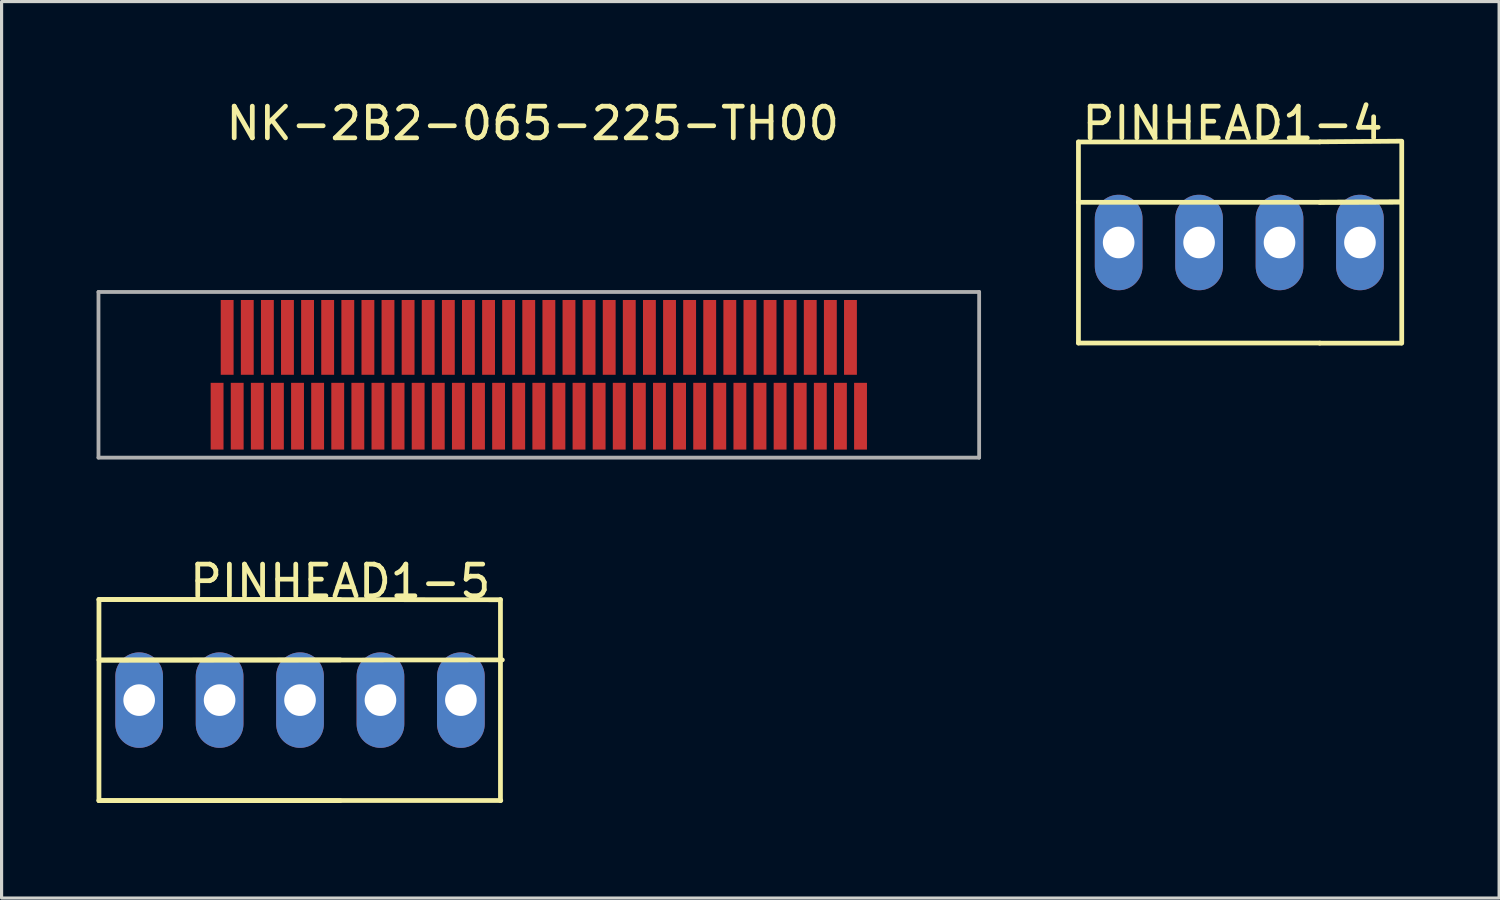
<source format=kicad_pcb>
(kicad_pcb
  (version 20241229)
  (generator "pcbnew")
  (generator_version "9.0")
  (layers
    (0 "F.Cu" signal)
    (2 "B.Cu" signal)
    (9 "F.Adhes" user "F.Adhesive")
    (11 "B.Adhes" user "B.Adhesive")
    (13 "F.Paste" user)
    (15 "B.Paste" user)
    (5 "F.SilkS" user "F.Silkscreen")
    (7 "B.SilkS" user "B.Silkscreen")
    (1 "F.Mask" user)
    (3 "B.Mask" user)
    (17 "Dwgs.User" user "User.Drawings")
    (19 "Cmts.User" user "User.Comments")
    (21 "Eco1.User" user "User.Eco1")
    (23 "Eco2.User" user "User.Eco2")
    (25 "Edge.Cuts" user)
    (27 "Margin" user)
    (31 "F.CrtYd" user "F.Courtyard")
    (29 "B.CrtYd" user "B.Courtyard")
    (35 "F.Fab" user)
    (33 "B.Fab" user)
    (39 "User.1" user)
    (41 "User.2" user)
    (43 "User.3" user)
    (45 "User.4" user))
  (footprint "PINHEAD1-4"
    (layer "F.Cu")
    (at 38.628 4.608)
    (property "Reference" "PINHEAD1-4" (at -2.75 -3.76 0) (layer "F.SilkS") (effects (font (size 1 1) (thickness 0.15))))
    (attr exclude_from_pos_files exclude_from_bom)
    (fp_line (start -7.62 -3.175) (end -7.62 3.175) (stroke (width 0.15) (type solid)) (layer "F.SilkS"))
    (fp_line (start -7.62 -3.175) (end 0 -3.175) (stroke (width 0.15) (type solid)) (layer "F.SilkS"))
    (fp_line (start 0 -3.18) (end 2.59 -3.2) (stroke (width 0.15) (type solid)) (layer "F.SilkS"))
    (fp_line (start 0 -1.27) (end -7.62 -1.27) (stroke (width 0.15) (type solid)) (layer "F.SilkS"))
    (fp_line (start 0 -1.27) (end 2.57 -1.28) (stroke (width 0.15) (type solid)) (layer "F.SilkS"))
    (fp_line (start 0 3.175) (end -7.62 3.175) (stroke (width 0.15) (type solid)) (layer "F.SilkS"))
    (fp_line (start 0 3.18) (end 2.58 3.18) (stroke (width 0.15) (type solid)) (layer "F.SilkS"))
    (fp_line (start 2.57 -1.28) (end 0 -1.27) (stroke (width 0.15) (type solid)) (layer "F.SilkS"))
    (fp_line (start 2.59 -3.175) (end 2.59 3.175) (stroke (width 0.15) (type solid)) (layer "F.SilkS"))
    (pad "1" thru_hole oval (at -6.35 0) (size 1.506 3.015) (drill 0.998) (layers "*.Cu" "*.Mask"))
    (pad "2" thru_hole oval (at -3.81 0) (size 1.506 3.015) (drill 0.998) (layers "*.Cu" "*.Mask"))
    (pad "3" thru_hole oval (at -1.27 0) (size 1.506 3.015) (drill 0.998) (layers "*.Cu" "*.Mask"))
    (pad "4" thru_hole oval (at 1.27 0) (size 1.506 3.015) (drill 0.998) (layers "*.Cu" "*.Mask")))
  (footprint "PINHEAD1-5"
    (layer "F.Cu")
    (at 7.695 19.06)
    (property "Reference" "PINHEAD1-5" (at 0 -3.75 0) (layer "F.SilkS") (effects (font (size 1 1) (thickness 0.15))))
    (attr exclude_from_pos_files exclude_from_bom)
    (fp_line (start -7.62 -3.18) (end 5.06 -3.17) (stroke (width 0.15) (type solid)) (layer "F.SilkS"))
    (fp_line (start -7.62 -3.175) (end -7.62 3.175) (stroke (width 0.15) (type solid)) (layer "F.SilkS"))
    (fp_line (start -7.62 -3.175) (end 0 -3.175) (stroke (width 0.15) (type solid)) (layer "F.SilkS"))
    (fp_line (start -7.62 3.17) (end 5.07 3.17) (stroke (width 0.15) (type solid)) (layer "F.SilkS"))
    (fp_line (start -7.61 -1.26) (end 5.12 -1.27) (stroke (width 0.15) (type solid)) (layer "F.SilkS"))
    (fp_line (start 0 -1.27) (end -7.62 -1.27) (stroke (width 0.15) (type solid)) (layer "F.SilkS"))
    (fp_line (start 0 3.175) (end -7.62 3.175) (stroke (width 0.15) (type solid)) (layer "F.SilkS"))
    (fp_line (start 5.06 -3.175) (end 5.06 3.175) (stroke (width 0.15) (type solid)) (layer "F.SilkS"))
    (pad "1" thru_hole oval (at -6.35 0) (size 1.506 3.015) (drill 0.998) (layers "*.Cu" "*.Mask"))
    (pad "2" thru_hole oval (at -3.81 0) (size 1.506 3.015) (drill 0.998) (layers "*.Cu" "*.Mask"))
    (pad "3" thru_hole oval (at -1.27 0) (size 1.506 3.015) (drill 0.998) (layers "*.Cu" "*.Mask"))
    (pad "4" thru_hole oval (at 1.27 0) (size 1.506 3.015) (drill 0.998) (layers "*.Cu" "*.Mask"))
    (pad "5" thru_hole oval (at 3.81 0) (size 1.506 3.015) (drill 0.998) (layers "*.Cu" "*.Mask")))
  (footprint "NK-2B2-065-225-TH00"
    (layer "F.Cu")
    (at 13.966 8.913)
    (property "Reference" "NK-2B2-065-225-TH00" (at -0.191 -8.065 0) (layer "F.SilkS") (effects (font (size 1 1) (thickness 0.15))))
    (attr through_hole)
    (fp_line (start -13.906 -2.743) (end 13.906 -2.743) (stroke (width 0.12) (type solid)) (layer "F.Fab"))
    (fp_line (start -13.906 2.489) (end -13.906 -2.743) (stroke (width 0.12) (type solid)) (layer "F.Fab"))
    (fp_line (start -13.906 2.489) (end 13.906 2.489) (stroke (width 0.12) (type solid)) (layer "F.Fab"))
    (fp_line (start 13.906 2.489) (end 13.906 -2.743) (stroke (width 0.12) (type solid)) (layer "F.Fab"))
    (pad "1" smd rect (at -10.16 1.181) (size 0.406 2.108) (layers "F.Cu" "F.Mask" "F.Paste"))
    (pad "2" smd rect (at -9.525 1.181) (size 0.406 2.108) (layers "F.Cu" "F.Mask" "F.Paste"))
    (pad "3" smd rect (at -8.89 1.181) (size 0.406 2.108) (layers "F.Cu" "F.Mask" "F.Paste"))
    (pad "4" smd rect (at -8.255 1.181) (size 0.406 2.108) (layers "F.Cu" "F.Mask" "F.Paste"))
    (pad "5" smd rect (at -7.62 1.181) (size 0.406 2.108) (layers "F.Cu" "F.Mask" "F.Paste"))
    (pad "6" smd rect (at -6.985 1.181) (size 0.406 2.108) (layers "F.Cu" "F.Mask" "F.Paste"))
    (pad "7" smd rect (at -6.35 1.181) (size 0.406 2.108) (layers "F.Cu" "F.Mask" "F.Paste"))
    (pad "8" smd rect (at -5.715 1.181) (size 0.406 2.108) (layers "F.Cu" "F.Mask" "F.Paste"))
    (pad "9" smd rect (at -5.08 1.181) (size 0.406 2.108) (layers "F.Cu" "F.Mask" "F.Paste"))
    (pad "10" smd rect (at -4.445 1.181) (size 0.406 2.108) (layers "F.Cu" "F.Mask" "F.Paste"))
    (pad "11" smd rect (at -3.81 1.181) (size 0.406 2.108) (layers "F.Cu" "F.Mask" "F.Paste"))
    (pad "12" smd rect (at -3.175 1.181) (size 0.406 2.108) (layers "F.Cu" "F.Mask" "F.Paste"))
    (pad "13" smd rect (at -2.54 1.181) (size 0.406 2.108) (layers "F.Cu" "F.Mask" "F.Paste"))
    (pad "14" smd rect (at -1.905 1.181) (size 0.406 2.108) (layers "F.Cu" "F.Mask" "F.Paste"))
    (pad "15" smd rect (at -1.27 1.181) (size 0.406 2.108) (layers "F.Cu" "F.Mask" "F.Paste"))
    (pad "16" smd rect (at -0.635 1.181) (size 0.406 2.108) (layers "F.Cu" "F.Mask" "F.Paste"))
    (pad "17" smd rect (at 0 1.181) (size 0.406 2.108) (layers "F.Cu" "F.Mask" "F.Paste"))
    (pad "18" smd rect (at 0.635 1.181) (size 0.406 2.108) (layers "F.Cu" "F.Mask" "F.Paste"))
    (pad "19" smd rect (at 1.27 1.181) (size 0.406 2.108) (layers "F.Cu" "F.Mask" "F.Paste"))
    (pad "20" smd rect (at 1.905 1.181) (size 0.406 2.108) (layers "F.Cu" "F.Mask" "F.Paste"))
    (pad "21" smd rect (at 2.54 1.181) (size 0.406 2.108) (layers "F.Cu" "F.Mask" "F.Paste"))
    (pad "22" smd rect (at 3.175 1.181) (size 0.406 2.108) (layers "F.Cu" "F.Mask" "F.Paste"))
    (pad "23" smd rect (at 3.81 1.181) (size 0.406 2.108) (layers "F.Cu" "F.Mask" "F.Paste"))
    (pad "24" smd rect (at 4.445 1.181) (size 0.406 2.108) (layers "F.Cu" "F.Mask" "F.Paste"))
    (pad "25" smd rect (at 5.08 1.181) (size 0.406 2.108) (layers "F.Cu" "F.Mask" "F.Paste"))
    (pad "26" smd rect (at 5.715 1.181) (size 0.406 2.108) (layers "F.Cu" "F.Mask" "F.Paste"))
    (pad "27" smd rect (at 6.35 1.181) (size 0.406 2.108) (layers "F.Cu" "F.Mask" "F.Paste"))
    (pad "28" smd rect (at 6.985 1.181) (size 0.406 2.108) (layers "F.Cu" "F.Mask" "F.Paste"))
    (pad "29" smd rect (at 7.62 1.181) (size 0.406 2.108) (layers "F.Cu" "F.Mask" "F.Paste"))
    (pad "30" smd rect (at 8.255 1.181) (size 0.406 2.108) (layers "F.Cu" "F.Mask" "F.Paste"))
    (pad "31" smd rect (at 8.89 1.181) (size 0.406 2.108) (layers "F.Cu" "F.Mask" "F.Paste"))
    (pad "32" smd rect (at 9.525 1.181) (size 0.406 2.108) (layers "F.Cu" "F.Mask" "F.Paste"))
    (pad "33" smd rect (at 10.16 1.181) (size 0.406 2.108) (layers "F.Cu" "F.Mask" "F.Paste"))
    (pad "34" smd rect (at -9.842 -1.308) (size 0.406 2.362) (layers "F.Cu" "F.Mask" "F.Paste"))
    (pad "35" smd rect (at -9.207 -1.308) (size 0.406 2.362) (layers "F.Cu" "F.Mask" "F.Paste"))
    (pad "36" smd rect (at -8.572 -1.308) (size 0.406 2.362) (layers "F.Cu" "F.Mask" "F.Paste"))
    (pad "37" smd rect (at -7.938 -1.308) (size 0.406 2.362) (layers "F.Cu" "F.Mask" "F.Paste"))
    (pad "38" smd rect (at -7.303 -1.308) (size 0.406 2.362) (layers "F.Cu" "F.Mask" "F.Paste"))
    (pad "39" smd rect (at -6.668 -1.308) (size 0.406 2.362) (layers "F.Cu" "F.Mask" "F.Paste"))
    (pad "40" smd rect (at -6.032 -1.308) (size 0.406 2.362) (layers "F.Cu" "F.Mask" "F.Paste"))
    (pad "41" smd rect (at -5.397 -1.308) (size 0.406 2.362) (layers "F.Cu" "F.Mask" "F.Paste"))
    (pad "42" smd rect (at -4.763 -1.308) (size 0.406 2.362) (layers "F.Cu" "F.Mask" "F.Paste"))
    (pad "43" smd rect (at -4.128 -1.308) (size 0.406 2.362) (layers "F.Cu" "F.Mask" "F.Paste"))
    (pad "44" smd rect (at -3.493 -1.308) (size 0.406 2.362) (layers "F.Cu" "F.Mask" "F.Paste"))
    (pad "45" smd rect (at -2.857 -1.308) (size 0.406 2.362) (layers "F.Cu" "F.Mask" "F.Paste"))
    (pad "46" smd rect (at -2.223 -1.308) (size 0.406 2.362) (layers "F.Cu" "F.Mask" "F.Paste"))
    (pad "47" smd rect (at -1.587 -1.308) (size 0.406 2.362) (layers "F.Cu" "F.Mask" "F.Paste"))
    (pad "48" smd rect (at -0.953 -1.308) (size 0.406 2.362) (layers "F.Cu" "F.Mask" "F.Paste"))
    (pad "49" smd rect (at -0.318 -1.308) (size 0.406 2.362) (layers "F.Cu" "F.Mask" "F.Paste"))
    (pad "50" smd rect (at 0.318 -1.308) (size 0.406 2.362) (layers "F.Cu" "F.Mask" "F.Paste"))
    (pad "51" smd rect (at 0.953 -1.308) (size 0.406 2.362) (layers "F.Cu" "F.Mask" "F.Paste"))
    (pad "52" smd rect (at 1.587 -1.308) (size 0.406 2.362) (layers "F.Cu" "F.Mask" "F.Paste"))
    (pad "53" smd rect (at 2.223 -1.308) (size 0.406 2.362) (layers "F.Cu" "F.Mask" "F.Paste"))
    (pad "54" smd rect (at 2.857 -1.308) (size 0.406 2.362) (layers "F.Cu" "F.Mask" "F.Paste"))
    (pad "55" smd rect (at 3.493 -1.308) (size 0.406 2.362) (layers "F.Cu" "F.Mask" "F.Paste"))
    (pad "56" smd rect (at 4.128 -1.308) (size 0.406 2.362) (layers "F.Cu" "F.Mask" "F.Paste"))
    (pad "57" smd rect (at 4.763 -1.308) (size 0.406 2.362) (layers "F.Cu" "F.Mask" "F.Paste"))
    (pad "58" smd rect (at 5.397 -1.308) (size 0.406 2.362) (layers "F.Cu" "F.Mask" "F.Paste"))
    (pad "59" smd rect (at 6.032 -1.308) (size 0.406 2.362) (layers "F.Cu" "F.Mask" "F.Paste"))
    (pad "60" smd rect (at 6.668 -1.308) (size 0.406 2.362) (layers "F.Cu" "F.Mask" "F.Paste"))
    (pad "61" smd rect (at 7.303 -1.308) (size 0.406 2.362) (layers "F.Cu" "F.Mask" "F.Paste"))
    (pad "62" smd rect (at 7.938 -1.308) (size 0.406 2.362) (layers "F.Cu" "F.Mask" "F.Paste"))
    (pad "63" smd rect (at 8.572 -1.308) (size 0.406 2.362) (layers "F.Cu" "F.Mask" "F.Paste"))
    (pad "64" smd rect (at 9.207 -1.308) (size 0.406 2.362) (layers "F.Cu" "F.Mask" "F.Paste"))
    (pad "65" smd rect (at 9.842 -1.308) (size 0.406 2.362) (layers "F.Cu" "F.Mask" "F.Paste")))
  (gr_rect
    (start -3 -3)
    (end 44.293 25.31)
    (stroke (width 0.1) (type default))
    (fill no)
    (layer "Edge.Cuts")))
</source>
